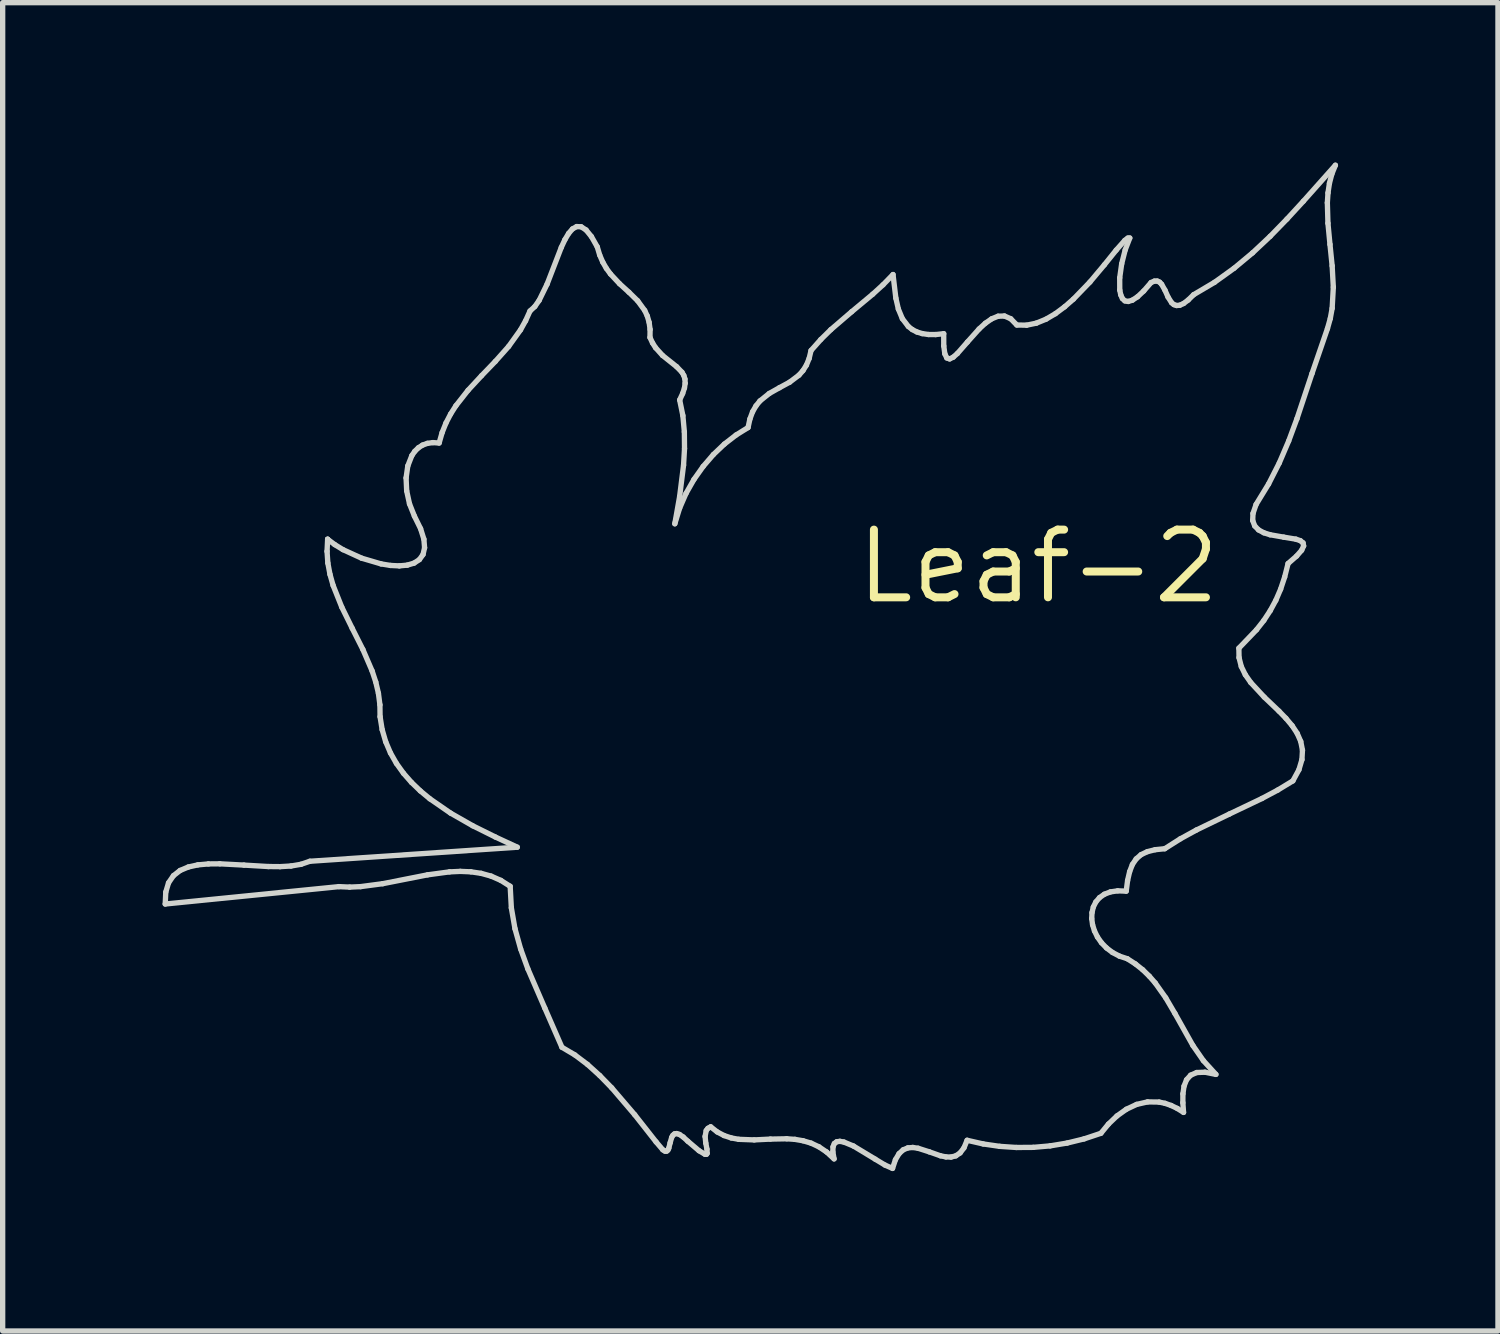
<source format=kicad_pcb>
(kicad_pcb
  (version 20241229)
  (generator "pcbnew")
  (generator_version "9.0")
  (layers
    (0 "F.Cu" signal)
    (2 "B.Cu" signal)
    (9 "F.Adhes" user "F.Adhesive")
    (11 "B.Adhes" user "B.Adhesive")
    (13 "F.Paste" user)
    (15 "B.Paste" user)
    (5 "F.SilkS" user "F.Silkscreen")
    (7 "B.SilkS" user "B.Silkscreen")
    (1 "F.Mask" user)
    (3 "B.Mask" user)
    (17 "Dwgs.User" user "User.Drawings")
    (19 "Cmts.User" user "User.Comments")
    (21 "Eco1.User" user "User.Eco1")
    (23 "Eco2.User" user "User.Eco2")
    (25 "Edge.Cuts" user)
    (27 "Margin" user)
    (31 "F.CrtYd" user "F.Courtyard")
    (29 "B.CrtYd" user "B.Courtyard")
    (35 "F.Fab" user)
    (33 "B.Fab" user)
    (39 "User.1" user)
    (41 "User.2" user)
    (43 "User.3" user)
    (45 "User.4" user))
  (footprint "Leaf-2"
    (layer "F.Cu")
    (at 16.431 7.577)
    (property "Reference" "Leaf-2" (at 0 0 0) (layer "F.SilkS") (effects (font (size 1.27 1.27) (thickness 0.15))))
    (attr through_hole)
    (fp_line (start -16.381 6.334) (end -16.371 6.112) (stroke (width 0.1) (type solid)) (layer "Edge.Cuts"))
    (fp_line (start -16.371 6.112) (end -16.319 5.937) (stroke (width 0.1) (type solid)) (layer "Edge.Cuts"))
    (fp_line (start -16.319 5.937) (end -16.227 5.803) (stroke (width 0.1) (type solid)) (layer "Edge.Cuts"))
    (fp_line (start -16.227 5.803) (end -16.102 5.705) (stroke (width 0.1) (type solid)) (layer "Edge.Cuts"))
    (fp_line (start -16.102 5.705) (end -15.948 5.64) (stroke (width 0.1) (type solid)) (layer "Edge.Cuts"))
    (fp_line (start -15.948 5.64) (end -15.769 5.6) (stroke (width 0.1) (type solid)) (layer "Edge.Cuts"))
    (fp_line (start -15.769 5.6) (end -15.571 5.582) (stroke (width 0.1) (type solid)) (layer "Edge.Cuts"))
    (fp_line (start -15.571 5.582) (end -15.357 5.58) (stroke (width 0.1) (type solid)) (layer "Edge.Cuts"))
    (fp_line (start -15.357 5.58) (end -14.904 5.604) (stroke (width 0.1) (type solid)) (layer "Edge.Cuts"))
    (fp_line (start -14.904 5.604) (end -14.446 5.631) (stroke (width 0.1) (type solid)) (layer "Edge.Cuts"))
    (fp_line (start -14.446 5.631) (end -14.227 5.633) (stroke (width 0.1) (type solid)) (layer "Edge.Cuts"))
    (fp_line (start -14.227 5.633) (end -14.021 5.621) (stroke (width 0.1) (type solid)) (layer "Edge.Cuts"))
    (fp_line (start -14.021 5.621) (end -13.833 5.589) (stroke (width 0.1) (type solid)) (layer "Edge.Cuts"))
    (fp_line (start -13.833 5.589) (end -13.667 5.532) (stroke (width 0.1) (type solid)) (layer "Edge.Cuts"))
    (fp_line (start -13.667 5.532) (end -9.776 5.268) (stroke (width 0.1) (type solid)) (layer "Edge.Cuts"))
    (fp_line (start -13.345 -0.283) (end -13.334 -0.509) (stroke (width 0.1) (type solid)) (layer "Edge.Cuts"))
    (fp_line (start -13.334 -0.509) (end -13.334 -0.509) (stroke (width 0.1) (type solid)) (layer "Edge.Cuts"))
    (fp_line (start -13.334 -0.509) (end -13.2 -0.409) (stroke (width 0.1) (type solid)) (layer "Edge.Cuts"))
    (fp_line (start -13.334 -0.509) (end -13.334 -0.509) (stroke (width 0.1) (type solid)) (layer "Edge.Cuts"))
    (fp_line (start -13.33 -0.064) (end -13.345 -0.283) (stroke (width 0.1) (type solid)) (layer "Edge.Cuts"))
    (fp_line (start -13.29 0.149) (end -13.33 -0.064) (stroke (width 0.1) (type solid)) (layer "Edge.Cuts"))
    (fp_line (start -13.231 0.357) (end -13.29 0.149) (stroke (width 0.1) (type solid)) (layer "Edge.Cuts"))
    (fp_line (start -13.2 -0.409) (end -13.047 -0.315) (stroke (width 0.1) (type solid)) (layer "Edge.Cuts"))
    (fp_line (start -13.122 6.008) (end -16.381 6.334) (stroke (width 0.1) (type solid)) (layer "Edge.Cuts"))
    (fp_line (start -13.069 0.763) (end -13.231 0.357) (stroke (width 0.1) (type solid)) (layer "Edge.Cuts"))
    (fp_line (start -13.047 -0.315) (end -12.698 -0.155) (stroke (width 0.1) (type solid)) (layer "Edge.Cuts"))
    (fp_line (start -12.921 6.017) (end -13.122 6.008) (stroke (width 0.1) (type solid)) (layer "Edge.Cuts"))
    (fp_line (start -12.873 1.161) (end -13.069 0.763) (stroke (width 0.1) (type solid)) (layer "Edge.Cuts"))
    (fp_line (start -12.717 6.008) (end -12.921 6.017) (stroke (width 0.1) (type solid)) (layer "Edge.Cuts"))
    (fp_line (start -12.698 -0.155) (end -12.331 -0.047) (stroke (width 0.1) (type solid)) (layer "Edge.Cuts"))
    (fp_line (start -12.673 1.558) (end -12.873 1.161) (stroke (width 0.1) (type solid)) (layer "Edge.Cuts"))
    (fp_line (start -12.499 1.962) (end -12.673 1.558) (stroke (width 0.1) (type solid)) (layer "Edge.Cuts"))
    (fp_line (start -12.431 2.169) (end -12.499 1.962) (stroke (width 0.1) (type solid)) (layer "Edge.Cuts"))
    (fp_line (start -12.381 2.38) (end -12.431 2.169) (stroke (width 0.1) (type solid)) (layer "Edge.Cuts"))
    (fp_line (start -12.353 2.597) (end -12.381 2.38) (stroke (width 0.1) (type solid)) (layer "Edge.Cuts"))
    (fp_line (start -12.35 2.82) (end -12.353 2.597) (stroke (width 0.1) (type solid)) (layer "Edge.Cuts"))
    (fp_line (start -12.331 -0.047) (end -12.154 -0.018) (stroke (width 0.1) (type solid)) (layer "Edge.Cuts"))
    (fp_line (start -12.311 3.062) (end -12.35 2.82) (stroke (width 0.1) (type solid)) (layer "Edge.Cuts"))
    (fp_line (start -12.301 5.953) (end -12.717 6.008) (stroke (width 0.1) (type solid)) (layer "Edge.Cuts"))
    (fp_line (start -12.245 3.289) (end -12.311 3.062) (stroke (width 0.1) (type solid)) (layer "Edge.Cuts"))
    (fp_line (start -12.155 3.5) (end -12.245 3.289) (stroke (width 0.1) (type solid)) (layer "Edge.Cuts"))
    (fp_line (start -12.154 -0.018) (end -11.988 -0.01) (stroke (width 0.1) (type solid)) (layer "Edge.Cuts"))
    (fp_line (start -12.043 3.697) (end -12.155 3.5) (stroke (width 0.1) (type solid)) (layer "Edge.Cuts"))
    (fp_line (start -11.988 -0.01) (end -11.839 -0.024) (stroke (width 0.1) (type solid)) (layer "Edge.Cuts"))
    (fp_line (start -11.911 3.881) (end -12.043 3.697) (stroke (width 0.1) (type solid)) (layer "Edge.Cuts"))
    (fp_line (start -11.862 -1.66) (end -11.83 -1.885) (stroke (width 0.1) (type solid)) (layer "Edge.Cuts"))
    (fp_line (start -11.851 -1.418) (end -11.862 -1.66) (stroke (width 0.1) (type solid)) (layer "Edge.Cuts"))
    (fp_line (start -11.839 -0.024) (end -11.712 -0.062) (stroke (width 0.1) (type solid)) (layer "Edge.Cuts"))
    (fp_line (start -11.83 -1.885) (end -11.754 -2.079) (stroke (width 0.1) (type solid)) (layer "Edge.Cuts"))
    (fp_line (start -11.798 -1.174) (end -11.851 -1.418) (stroke (width 0.1) (type solid)) (layer "Edge.Cuts"))
    (fp_line (start -11.761 4.052) (end -11.911 3.881) (stroke (width 0.1) (type solid)) (layer "Edge.Cuts"))
    (fp_line (start -11.754 -2.079) (end -11.699 -2.159) (stroke (width 0.1) (type solid)) (layer "Edge.Cuts"))
    (fp_line (start -11.712 -0.062) (end -11.612 -0.128) (stroke (width 0.1) (type solid)) (layer "Edge.Cuts"))
    (fp_line (start -11.706 -0.944) (end -11.798 -1.174) (stroke (width 0.1) (type solid)) (layer "Edge.Cuts"))
    (fp_line (start -11.699 -2.159) (end -11.632 -2.225) (stroke (width 0.1) (type solid)) (layer "Edge.Cuts"))
    (fp_line (start -11.632 -2.225) (end -11.553 -2.276) (stroke (width 0.1) (type solid)) (layer "Edge.Cuts"))
    (fp_line (start -11.612 -0.128) (end -11.544 -0.223) (stroke (width 0.1) (type solid)) (layer "Edge.Cuts"))
    (fp_line (start -11.595 4.212) (end -11.761 4.052) (stroke (width 0.1) (type solid)) (layer "Edge.Cuts"))
    (fp_line (start -11.59 -0.708) (end -11.706 -0.944) (stroke (width 0.1) (type solid)) (layer "Edge.Cuts"))
    (fp_line (start -11.553 -2.276) (end -11.461 -2.309) (stroke (width 0.1) (type solid)) (layer "Edge.Cuts"))
    (fp_line (start -11.544 -0.223) (end -11.515 -0.35) (stroke (width 0.1) (type solid)) (layer "Edge.Cuts"))
    (fp_line (start -11.528 -0.511) (end -11.59 -0.708) (stroke (width 0.1) (type solid)) (layer "Edge.Cuts"))
    (fp_line (start -11.515 -0.35) (end -11.528 -0.511) (stroke (width 0.1) (type solid)) (layer "Edge.Cuts"))
    (fp_line (start -11.461 -2.309) (end -11.358 -2.323) (stroke (width 0.1) (type solid)) (layer "Edge.Cuts"))
    (fp_line (start -11.46 5.787) (end -12.301 5.953) (stroke (width 0.1) (type solid)) (layer "Edge.Cuts"))
    (fp_line (start -11.416 4.36) (end -11.595 4.212) (stroke (width 0.1) (type solid)) (layer "Edge.Cuts"))
    (fp_line (start -11.358 -2.323) (end -11.242 -2.315) (stroke (width 0.1) (type solid)) (layer "Edge.Cuts"))
    (fp_line (start -11.242 -2.315) (end -11.186 -2.51) (stroke (width 0.1) (type solid)) (layer "Edge.Cuts"))
    (fp_line (start -11.186 -2.51) (end -11.114 -2.69) (stroke (width 0.1) (type solid)) (layer "Edge.Cuts"))
    (fp_line (start -11.114 -2.69) (end -11.027 -2.858) (stroke (width 0.1) (type solid)) (layer "Edge.Cuts"))
    (fp_line (start -11.047 5.731) (end -11.46 5.787) (stroke (width 0.1) (type solid)) (layer "Edge.Cuts"))
    (fp_line (start -11.027 4.629) (end -11.416 4.36) (stroke (width 0.1) (type solid)) (layer "Edge.Cuts"))
    (fp_line (start -11.027 -2.858) (end -10.927 -3.015) (stroke (width 0.1) (type solid)) (layer "Edge.Cuts"))
    (fp_line (start -10.927 -3.015) (end -10.699 -3.305) (stroke (width 0.1) (type solid)) (layer "Edge.Cuts"))
    (fp_line (start -10.845 5.722) (end -11.047 5.731) (stroke (width 0.1) (type solid)) (layer "Edge.Cuts"))
    (fp_line (start -10.699 -3.305) (end -10.447 -3.577) (stroke (width 0.1) (type solid)) (layer "Edge.Cuts"))
    (fp_line (start -10.647 5.73) (end -10.845 5.722) (stroke (width 0.1) (type solid)) (layer "Edge.Cuts"))
    (fp_line (start -10.612 4.866) (end -11.027 4.629) (stroke (width 0.1) (type solid)) (layer "Edge.Cuts"))
    (fp_line (start -10.453 5.759) (end -10.647 5.73) (stroke (width 0.1) (type solid)) (layer "Edge.Cuts"))
    (fp_line (start -10.447 -3.577) (end -10.188 -3.846) (stroke (width 0.1) (type solid)) (layer "Edge.Cuts"))
    (fp_line (start -10.266 5.811) (end -10.453 5.759) (stroke (width 0.1) (type solid)) (layer "Edge.Cuts"))
    (fp_line (start -10.189 5.076) (end -10.612 4.866) (stroke (width 0.1) (type solid)) (layer "Edge.Cuts"))
    (fp_line (start -10.188 -3.846) (end -9.938 -4.127) (stroke (width 0.1) (type solid)) (layer "Edge.Cuts"))
    (fp_line (start -10.084 5.891) (end -10.266 5.811) (stroke (width 0.1) (type solid)) (layer "Edge.Cuts"))
    (fp_line (start -9.938 -4.127) (end -9.715 -4.438) (stroke (width 0.1) (type solid)) (layer "Edge.Cuts"))
    (fp_line (start -9.909 6.002) (end -10.084 5.891) (stroke (width 0.1) (type solid)) (layer "Edge.Cuts"))
    (fp_line (start -9.887 6.406) (end -9.909 6.002) (stroke (width 0.1) (type solid)) (layer "Edge.Cuts"))
    (fp_line (start -9.819 6.797) (end -9.887 6.406) (stroke (width 0.1) (type solid)) (layer "Edge.Cuts"))
    (fp_line (start -9.776 5.268) (end -10.189 5.076) (stroke (width 0.1) (type solid)) (layer "Edge.Cuts"))
    (fp_line (start -9.715 -4.438) (end -9.62 -4.608) (stroke (width 0.1) (type solid)) (layer "Edge.Cuts"))
    (fp_line (start -9.713 7.177) (end -9.819 6.797) (stroke (width 0.1) (type solid)) (layer "Edge.Cuts"))
    (fp_line (start -9.62 -4.608) (end -9.537 -4.792) (stroke (width 0.1) (type solid)) (layer "Edge.Cuts"))
    (fp_line (start -9.578 7.55) (end -9.713 7.177) (stroke (width 0.1) (type solid)) (layer "Edge.Cuts"))
    (fp_line (start -9.537 -4.792) (end -9.447 -4.875) (stroke (width 0.1) (type solid)) (layer "Edge.Cuts"))
    (fp_line (start -9.447 -4.875) (end -9.365 -4.992) (stroke (width 0.1) (type solid)) (layer "Edge.Cuts"))
    (fp_line (start -9.365 -4.992) (end -9.216 -5.297) (stroke (width 0.1) (type solid)) (layer "Edge.Cuts"))
    (fp_line (start -9.26 8.285) (end -9.578 7.55) (stroke (width 0.1) (type solid)) (layer "Edge.Cuts"))
    (fp_line (start -9.216 -5.297) (end -8.95 -5.985) (stroke (width 0.1) (type solid)) (layer "Edge.Cuts"))
    (fp_line (start -8.95 -5.985) (end -8.883 -6.129) (stroke (width 0.1) (type solid)) (layer "Edge.Cuts"))
    (fp_line (start -8.938 9.022) (end -9.26 8.285) (stroke (width 0.1) (type solid)) (layer "Edge.Cuts"))
    (fp_line (start -8.883 -6.129) (end -8.813 -6.247) (stroke (width 0.1) (type solid)) (layer "Edge.Cuts"))
    (fp_line (start -8.813 -6.247) (end -8.74 -6.332) (stroke (width 0.1) (type solid)) (layer "Edge.Cuts"))
    (fp_line (start -8.74 -6.332) (end -8.661 -6.376) (stroke (width 0.1) (type solid)) (layer "Edge.Cuts"))
    (fp_line (start -8.696 9.165) (end -8.938 9.022) (stroke (width 0.1) (type solid)) (layer "Edge.Cuts"))
    (fp_line (start -8.661 -6.376) (end -8.577 -6.372) (stroke (width 0.1) (type solid)) (layer "Edge.Cuts"))
    (fp_line (start -8.577 -6.372) (end -8.485 -6.312) (stroke (width 0.1) (type solid)) (layer "Edge.Cuts"))
    (fp_line (start -8.485 -6.312) (end -8.385 -6.189) (stroke (width 0.1) (type solid)) (layer "Edge.Cuts"))
    (fp_line (start -8.459 9.344) (end -8.696 9.165) (stroke (width 0.1) (type solid)) (layer "Edge.Cuts"))
    (fp_line (start -8.385 -6.189) (end -8.275 -5.995) (stroke (width 0.1) (type solid)) (layer "Edge.Cuts"))
    (fp_line (start -8.275 -5.995) (end -8.23 -5.843) (stroke (width 0.1) (type solid)) (layer "Edge.Cuts"))
    (fp_line (start -8.23 -5.843) (end -8.172 -5.709) (stroke (width 0.1) (type solid)) (layer "Edge.Cuts"))
    (fp_line (start -8.228 9.553) (end -8.459 9.344) (stroke (width 0.1) (type solid)) (layer "Edge.Cuts"))
    (fp_line (start -8.172 -5.709) (end -8.104 -5.591) (stroke (width 0.1) (type solid)) (layer "Edge.Cuts"))
    (fp_line (start -8.104 -5.591) (end -8.027 -5.486) (stroke (width 0.1) (type solid)) (layer "Edge.Cuts"))
    (fp_line (start -8.027 -5.486) (end -7.857 -5.304) (stroke (width 0.1) (type solid)) (layer "Edge.Cuts"))
    (fp_line (start -8.003 9.784) (end -8.228 9.553) (stroke (width 0.1) (type solid)) (layer "Edge.Cuts"))
    (fp_line (start -7.857 -5.304) (end -7.681 -5.144) (stroke (width 0.1) (type solid)) (layer "Edge.Cuts"))
    (fp_line (start -7.681 -5.144) (end -7.517 -4.983) (stroke (width 0.1) (type solid)) (layer "Edge.Cuts"))
    (fp_line (start -7.573 10.287) (end -8.003 9.784) (stroke (width 0.1) (type solid)) (layer "Edge.Cuts"))
    (fp_line (start -7.517 -4.983) (end -7.385 -4.802) (stroke (width 0.1) (type solid)) (layer "Edge.Cuts"))
    (fp_line (start -7.385 -4.802) (end -7.336 -4.697) (stroke (width 0.1) (type solid)) (layer "Edge.Cuts"))
    (fp_line (start -7.336 -4.697) (end -7.302 -4.579) (stroke (width 0.1) (type solid)) (layer "Edge.Cuts"))
    (fp_line (start -7.302 -4.579) (end -7.284 -4.446) (stroke (width 0.1) (type solid)) (layer "Edge.Cuts"))
    (fp_line (start -7.286 -4.295) (end -7.238 -4.192) (stroke (width 0.1) (type solid)) (layer "Edge.Cuts"))
    (fp_line (start -7.284 -4.446) (end -7.286 -4.295) (stroke (width 0.1) (type solid)) (layer "Edge.Cuts"))
    (fp_line (start -7.238 -4.192) (end -7.181 -4.103) (stroke (width 0.1) (type solid)) (layer "Edge.Cuts"))
    (fp_line (start -7.181 -4.103) (end -7.051 -3.959) (stroke (width 0.1) (type solid)) (layer "Edge.Cuts"))
    (fp_line (start -7.172 10.797) (end -7.573 10.287) (stroke (width 0.1) (type solid)) (layer "Edge.Cuts"))
    (fp_line (start -7.051 -3.959) (end -6.785 -3.746) (stroke (width 0.1) (type solid)) (layer "Edge.Cuts"))
    (fp_line (start -7.046 10.945) (end -7.172 10.797) (stroke (width 0.1) (type solid)) (layer "Edge.Cuts"))
    (fp_line (start -7.004 10.971) (end -7.046 10.945) (stroke (width 0.1) (type solid)) (layer "Edge.Cuts"))
    (fp_line (start -6.973 10.971) (end -7.004 10.971) (stroke (width 0.1) (type solid)) (layer "Edge.Cuts"))
    (fp_line (start -6.95 10.951) (end -6.973 10.971) (stroke (width 0.1) (type solid)) (layer "Edge.Cuts"))
    (fp_line (start -6.933 10.915) (end -6.95 10.951) (stroke (width 0.1) (type solid)) (layer "Edge.Cuts"))
    (fp_line (start -6.908 10.815) (end -6.933 10.915) (stroke (width 0.1) (type solid)) (layer "Edge.Cuts"))
    (fp_line (start -6.879 10.713) (end -6.908 10.815) (stroke (width 0.1) (type solid)) (layer "Edge.Cuts"))
    (fp_line (start -6.856 10.673) (end -6.879 10.713) (stroke (width 0.1) (type solid)) (layer "Edge.Cuts"))
    (fp_line (start -6.826 10.647) (end -6.856 10.673) (stroke (width 0.1) (type solid)) (layer "Edge.Cuts"))
    (fp_line (start -6.82 -0.8) (end -6.73 -1.092) (stroke (width 0.1) (type solid)) (layer "Edge.Cuts"))
    (fp_line (start -6.785 10.641) (end -6.826 10.647) (stroke (width 0.1) (type solid)) (layer "Edge.Cuts"))
    (fp_line (start -6.785 -3.746) (end -6.685 -3.642) (stroke (width 0.1) (type solid)) (layer "Edge.Cuts"))
    (fp_line (start -6.732 10.658) (end -6.785 10.641) (stroke (width 0.1) (type solid)) (layer "Edge.Cuts"))
    (fp_line (start -6.73 -1.092) (end -6.609 -1.371) (stroke (width 0.1) (type solid)) (layer "Edge.Cuts"))
    (fp_line (start -6.73 -1.309) (end -6.82 -0.8) (stroke (width 0.1) (type solid)) (layer "Edge.Cuts"))
    (fp_line (start -6.729 -3.123) (end -6.669 -2.829) (stroke (width 0.1) (type solid)) (layer "Edge.Cuts"))
    (fp_line (start -6.685 -3.642) (end -6.651 -3.582) (stroke (width 0.1) (type solid)) (layer "Edge.Cuts"))
    (fp_line (start -6.673 -3.244) (end -6.729 -3.123) (stroke (width 0.1) (type solid)) (layer "Edge.Cuts"))
    (fp_line (start -6.669 -2.829) (end -6.641 -2.523) (stroke (width 0.1) (type solid)) (layer "Edge.Cuts"))
    (fp_line (start -6.663 10.705) (end -6.732 10.658) (stroke (width 0.1) (type solid)) (layer "Edge.Cuts"))
    (fp_line (start -6.656 -1.9) (end -6.73 -1.309) (stroke (width 0.1) (type solid)) (layer "Edge.Cuts"))
    (fp_line (start -6.651 -3.582) (end -6.63 -3.515) (stroke (width 0.1) (type solid)) (layer "Edge.Cuts"))
    (fp_line (start -6.641 -2.523) (end -6.638 -2.211) (stroke (width 0.1) (type solid)) (layer "Edge.Cuts"))
    (fp_line (start -6.639 -3.348) (end -6.673 -3.244) (stroke (width 0.1) (type solid)) (layer "Edge.Cuts"))
    (fp_line (start -6.638 -2.211) (end -6.656 -1.9) (stroke (width 0.1) (type solid)) (layer "Edge.Cuts"))
    (fp_line (start -6.63 -3.515) (end -6.626 -3.437) (stroke (width 0.1) (type solid)) (layer "Edge.Cuts"))
    (fp_line (start -6.626 -3.437) (end -6.639 -3.348) (stroke (width 0.1) (type solid)) (layer "Edge.Cuts"))
    (fp_line (start -6.609 -1.371) (end -6.46 -1.633) (stroke (width 0.1) (type solid)) (layer "Edge.Cuts"))
    (fp_line (start -6.576 10.785) (end -6.663 10.705) (stroke (width 0.1) (type solid)) (layer "Edge.Cuts"))
    (fp_line (start -6.46 -1.633) (end -6.288 -1.876) (stroke (width 0.1) (type solid)) (layer "Edge.Cuts"))
    (fp_line (start -6.366 10.963) (end -6.576 10.785) (stroke (width 0.1) (type solid)) (layer "Edge.Cuts"))
    (fp_line (start -6.288 -1.876) (end -6.097 -2.098) (stroke (width 0.1) (type solid)) (layer "Edge.Cuts"))
    (fp_line (start -6.254 11.03) (end -6.366 10.963) (stroke (width 0.1) (type solid)) (layer "Edge.Cuts"))
    (fp_line (start -6.252 10.696) (end -6.239 10.82) (stroke (width 0.1) (type solid)) (layer "Edge.Cuts"))
    (fp_line (start -6.239 10.82) (end -6.217 10.934) (stroke (width 0.1) (type solid)) (layer "Edge.Cuts"))
    (fp_line (start -6.231 10.585) (end -6.252 10.696) (stroke (width 0.1) (type solid)) (layer "Edge.Cuts"))
    (fp_line (start -6.226 11.03) (end -6.254 11.03) (stroke (width 0.1) (type solid)) (layer "Edge.Cuts"))
    (fp_line (start -6.217 10.934) (end -6.213 11.012) (stroke (width 0.1) (type solid)) (layer "Edge.Cuts"))
    (fp_line (start -6.213 11.012) (end -6.226 11.03) (stroke (width 0.1) (type solid)) (layer "Edge.Cuts"))
    (fp_line (start -6.199 10.543) (end -6.231 10.585) (stroke (width 0.1) (type solid)) (layer "Edge.Cuts"))
    (fp_line (start -6.147 10.514) (end -6.199 10.543) (stroke (width 0.1) (type solid)) (layer "Edge.Cuts"))
    (fp_line (start -6.097 -2.098) (end -5.89 -2.295) (stroke (width 0.1) (type solid)) (layer "Edge.Cuts"))
    (fp_line (start -6.025 10.61) (end -6.147 10.514) (stroke (width 0.1) (type solid)) (layer "Edge.Cuts"))
    (fp_line (start -5.897 10.678) (end -6.025 10.61) (stroke (width 0.1) (type solid)) (layer "Edge.Cuts"))
    (fp_line (start -5.89 -2.295) (end -5.671 -2.465) (stroke (width 0.1) (type solid)) (layer "Edge.Cuts"))
    (fp_line (start -5.762 10.723) (end -5.897 10.678) (stroke (width 0.1) (type solid)) (layer "Edge.Cuts"))
    (fp_line (start -5.671 -2.465) (end -5.446 -2.605) (stroke (width 0.1) (type solid)) (layer "Edge.Cuts"))
    (fp_line (start -5.622 10.749) (end -5.762 10.723) (stroke (width 0.1) (type solid)) (layer "Edge.Cuts"))
    (fp_line (start -5.446 -2.605) (end -5.411 -2.766) (stroke (width 0.1) (type solid)) (layer "Edge.Cuts"))
    (fp_line (start -5.411 -2.766) (end -5.361 -2.901) (stroke (width 0.1) (type solid)) (layer "Edge.Cuts"))
    (fp_line (start -5.361 -2.901) (end -5.297 -3.012) (stroke (width 0.1) (type solid)) (layer "Edge.Cuts"))
    (fp_line (start -5.33 10.76) (end -5.622 10.749) (stroke (width 0.1) (type solid)) (layer "Edge.Cuts"))
    (fp_line (start -5.297 -3.012) (end -5.223 -3.104) (stroke (width 0.1) (type solid)) (layer "Edge.Cuts"))
    (fp_line (start -5.223 -3.104) (end -5.049 -3.244) (stroke (width 0.1) (type solid)) (layer "Edge.Cuts"))
    (fp_line (start -5.049 -3.244) (end -4.858 -3.352) (stroke (width 0.1) (type solid)) (layer "Edge.Cuts"))
    (fp_line (start -5.027 10.745) (end -5.33 10.76) (stroke (width 0.1) (type solid)) (layer "Edge.Cuts"))
    (fp_line (start -4.858 -3.352) (end -4.666 -3.456) (stroke (width 0.1) (type solid)) (layer "Edge.Cuts"))
    (fp_line (start -4.72 10.739) (end -5.027 10.745) (stroke (width 0.1) (type solid)) (layer "Edge.Cuts"))
    (fp_line (start -4.666 -3.456) (end -4.491 -3.588) (stroke (width 0.1) (type solid)) (layer "Edge.Cuts"))
    (fp_line (start -4.566 10.75) (end -4.72 10.739) (stroke (width 0.1) (type solid)) (layer "Edge.Cuts"))
    (fp_line (start -4.491 -3.588) (end -4.416 -3.673) (stroke (width 0.1) (type solid)) (layer "Edge.Cuts"))
    (fp_line (start -4.416 -3.673) (end -4.351 -3.776) (stroke (width 0.1) (type solid)) (layer "Edge.Cuts"))
    (fp_line (start -4.414 10.776) (end -4.566 10.75) (stroke (width 0.1) (type solid)) (layer "Edge.Cuts"))
    (fp_line (start -4.351 -3.776) (end -4.3 -3.901) (stroke (width 0.1) (type solid)) (layer "Edge.Cuts"))
    (fp_line (start -4.3 -3.901) (end -4.264 -4.051) (stroke (width 0.1) (type solid)) (layer "Edge.Cuts"))
    (fp_line (start -4.264 -4.051) (end -4.081 -4.257) (stroke (width 0.1) (type solid)) (layer "Edge.Cuts"))
    (fp_line (start -4.263 10.821) (end -4.414 10.776) (stroke (width 0.1) (type solid)) (layer "Edge.Cuts"))
    (fp_line (start -4.116 10.89) (end -4.263 10.821) (stroke (width 0.1) (type solid)) (layer "Edge.Cuts"))
    (fp_line (start -4.081 -4.257) (end -3.892 -4.443) (stroke (width 0.1) (type solid)) (layer "Edge.Cuts"))
    (fp_line (start -3.972 10.987) (end -4.116 10.89) (stroke (width 0.1) (type solid)) (layer "Edge.Cuts"))
    (fp_line (start -3.892 -4.443) (end -3.501 -4.779) (stroke (width 0.1) (type solid)) (layer "Edge.Cuts"))
    (fp_line (start -3.855 10.985) (end -3.832 11.116) (stroke (width 0.1) (type solid)) (layer "Edge.Cuts"))
    (fp_line (start -3.852 10.891) (end -3.855 10.985) (stroke (width 0.1) (type solid)) (layer "Edge.Cuts"))
    (fp_line (start -3.832 11.116) (end -3.972 10.987) (stroke (width 0.1) (type solid)) (layer "Edge.Cuts"))
    (fp_line (start -3.827 10.828) (end -3.852 10.891) (stroke (width 0.1) (type solid)) (layer "Edge.Cuts"))
    (fp_line (start -3.783 10.795) (end -3.827 10.828) (stroke (width 0.1) (type solid)) (layer "Edge.Cuts"))
    (fp_line (start -3.723 10.787) (end -3.783 10.795) (stroke (width 0.1) (type solid)) (layer "Edge.Cuts"))
    (fp_line (start -3.648 10.8) (end -3.723 10.787) (stroke (width 0.1) (type solid)) (layer "Edge.Cuts"))
    (fp_line (start -3.501 -4.779) (end -3.107 -5.107) (stroke (width 0.1) (type solid)) (layer "Edge.Cuts"))
    (fp_line (start -3.468 10.875) (end -3.648 10.8) (stroke (width 0.1) (type solid)) (layer "Edge.Cuts"))
    (fp_line (start -3.107 -5.107) (end -2.914 -5.283) (stroke (width 0.1) (type solid)) (layer "Edge.Cuts"))
    (fp_line (start -3.061 11.121) (end -3.468 10.875) (stroke (width 0.1) (type solid)) (layer "Edge.Cuts"))
    (fp_line (start -2.914 -5.283) (end -2.726 -5.476) (stroke (width 0.1) (type solid)) (layer "Edge.Cuts"))
    (fp_line (start -2.877 11.232) (end -3.061 11.121) (stroke (width 0.1) (type solid)) (layer "Edge.Cuts"))
    (fp_line (start -2.735 11.295) (end -2.877 11.232) (stroke (width 0.1) (type solid)) (layer "Edge.Cuts"))
    (fp_line (start -2.726 -5.476) (end -2.673 -5.034) (stroke (width 0.1) (type solid)) (layer "Edge.Cuts"))
    (fp_line (start -2.681 11.132) (end -2.735 11.295) (stroke (width 0.1) (type solid)) (layer "Edge.Cuts"))
    (fp_line (start -2.673 -5.034) (end -2.626 -4.829) (stroke (width 0.1) (type solid)) (layer "Edge.Cuts"))
    (fp_line (start -2.626 -4.829) (end -2.551 -4.648) (stroke (width 0.1) (type solid)) (layer "Edge.Cuts"))
    (fp_line (start -2.613 11.018) (end -2.681 11.132) (stroke (width 0.1) (type solid)) (layer "Edge.Cuts"))
    (fp_line (start -2.551 -4.648) (end -2.439 -4.502) (stroke (width 0.1) (type solid)) (layer "Edge.Cuts"))
    (fp_line (start -2.535 10.946) (end -2.613 11.018) (stroke (width 0.1) (type solid)) (layer "Edge.Cuts"))
    (fp_line (start -2.448 10.91) (end -2.535 10.946) (stroke (width 0.1) (type solid)) (layer "Edge.Cuts"))
    (fp_line (start -2.439 -4.502) (end -2.365 -4.444) (stroke (width 0.1) (type solid)) (layer "Edge.Cuts"))
    (fp_line (start -2.365 -4.444) (end -2.279 -4.399) (stroke (width 0.1) (type solid)) (layer "Edge.Cuts"))
    (fp_line (start -2.354 10.902) (end -2.448 10.91) (stroke (width 0.1) (type solid)) (layer "Edge.Cuts"))
    (fp_line (start -2.279 -4.399) (end -2.178 -4.368) (stroke (width 0.1) (type solid)) (layer "Edge.Cuts"))
    (fp_line (start -2.255 10.917) (end -2.354 10.902) (stroke (width 0.1) (type solid)) (layer "Edge.Cuts"))
    (fp_line (start -2.178 -4.368) (end -2.061 -4.351) (stroke (width 0.1) (type solid)) (layer "Edge.Cuts"))
    (fp_line (start -2.061 -4.351) (end -1.927 -4.35) (stroke (width 0.1) (type solid)) (layer "Edge.Cuts"))
    (fp_line (start -2.046 10.984) (end -2.255 10.917) (stroke (width 0.1) (type solid)) (layer "Edge.Cuts"))
    (fp_line (start -1.927 -4.35) (end -1.775 -4.366) (stroke (width 0.1) (type solid)) (layer "Edge.Cuts"))
    (fp_line (start -1.836 11.058) (end -2.046 10.984) (stroke (width 0.1) (type solid)) (layer "Edge.Cuts"))
    (fp_line (start -1.775 -4.366) (end -1.774 -4.137) (stroke (width 0.1) (type solid)) (layer "Edge.Cuts"))
    (fp_line (start -1.774 -4.137) (end -1.754 -3.989) (stroke (width 0.1) (type solid)) (layer "Edge.Cuts"))
    (fp_line (start -1.754 -3.989) (end -1.717 -3.911) (stroke (width 0.1) (type solid)) (layer "Edge.Cuts"))
    (fp_line (start -1.734 11.079) (end -1.836 11.058) (stroke (width 0.1) (type solid)) (layer "Edge.Cuts"))
    (fp_line (start -1.717 -3.911) (end -1.664 -3.893) (stroke (width 0.1) (type solid)) (layer "Edge.Cuts"))
    (fp_line (start -1.664 -3.893) (end -1.597 -3.925) (stroke (width 0.1) (type solid)) (layer "Edge.Cuts"))
    (fp_line (start -1.638 11.082) (end -1.734 11.079) (stroke (width 0.1) (type solid)) (layer "Edge.Cuts"))
    (fp_line (start -1.597 -3.925) (end -1.518 -3.995) (stroke (width 0.1) (type solid)) (layer "Edge.Cuts"))
    (fp_line (start -1.548 11.059) (end -1.638 11.082) (stroke (width 0.1) (type solid)) (layer "Edge.Cuts"))
    (fp_line (start -1.518 -3.995) (end -1.33 -4.21) (stroke (width 0.1) (type solid)) (layer "Edge.Cuts"))
    (fp_line (start -1.467 11.004) (end -1.548 11.059) (stroke (width 0.1) (type solid)) (layer "Edge.Cuts"))
    (fp_line (start -1.395 10.909) (end -1.467 11.004) (stroke (width 0.1) (type solid)) (layer "Edge.Cuts"))
    (fp_line (start -1.336 10.767) (end -1.395 10.909) (stroke (width 0.1) (type solid)) (layer "Edge.Cuts"))
    (fp_line (start -1.33 -4.21) (end -1.111 -4.455) (stroke (width 0.1) (type solid)) (layer "Edge.Cuts"))
    (fp_line (start -1.111 -4.455) (end -0.994 -4.562) (stroke (width 0.1) (type solid)) (layer "Edge.Cuts"))
    (fp_line (start -1.034 10.836) (end -1.336 10.767) (stroke (width 0.1) (type solid)) (layer "Edge.Cuts"))
    (fp_line (start -0.994 -4.562) (end -0.875 -4.645) (stroke (width 0.1) (type solid)) (layer "Edge.Cuts"))
    (fp_line (start -0.875 -4.645) (end -0.755 -4.694) (stroke (width 0.1) (type solid)) (layer "Edge.Cuts"))
    (fp_line (start -0.755 -4.694) (end -0.635 -4.698) (stroke (width 0.1) (type solid)) (layer "Edge.Cuts"))
    (fp_line (start -0.725 10.881) (end -1.034 10.836) (stroke (width 0.1) (type solid)) (layer "Edge.Cuts"))
    (fp_line (start -0.635 -4.698) (end -0.517 -4.646) (stroke (width 0.1) (type solid)) (layer "Edge.Cuts"))
    (fp_line (start -0.517 -4.646) (end -0.403 -4.529) (stroke (width 0.1) (type solid)) (layer "Edge.Cuts"))
    (fp_line (start -0.412 10.902) (end -0.725 10.881) (stroke (width 0.1) (type solid)) (layer "Edge.Cuts"))
    (fp_line (start -0.403 -4.529) (end -0.219 -4.526) (stroke (width 0.1) (type solid)) (layer "Edge.Cuts"))
    (fp_line (start -0.219 -4.526) (end -0.037 -4.564) (stroke (width 0.1) (type solid)) (layer "Edge.Cuts"))
    (fp_line (start -0.096 10.9) (end -0.412 10.902) (stroke (width 0.1) (type solid)) (layer "Edge.Cuts"))
    (fp_line (start -0.037 -4.564) (end 0.144 -4.638) (stroke (width 0.1) (type solid)) (layer "Edge.Cuts"))
    (fp_line (start 0.144 -4.638) (end 0.321 -4.742) (stroke (width 0.1) (type solid)) (layer "Edge.Cuts"))
    (fp_line (start 0.222 10.872) (end -0.096 10.9) (stroke (width 0.1) (type solid)) (layer "Edge.Cuts"))
    (fp_line (start 0.321 -4.742) (end 0.493 -4.87) (stroke (width 0.1) (type solid)) (layer "Edge.Cuts"))
    (fp_line (start 0.493 -4.87) (end 0.659 -5.015) (stroke (width 0.1) (type solid)) (layer "Edge.Cuts"))
    (fp_line (start 0.541 10.819) (end 0.222 10.872) (stroke (width 0.1) (type solid)) (layer "Edge.Cuts"))
    (fp_line (start 0.659 -5.015) (end 0.969 -5.336) (stroke (width 0.1) (type solid)) (layer "Edge.Cuts"))
    (fp_line (start 0.859 10.741) (end 0.541 10.819) (stroke (width 0.1) (type solid)) (layer "Edge.Cuts"))
    (fp_line (start 0.969 -5.336) (end 1.239 -5.658) (stroke (width 0.1) (type solid)) (layer "Edge.Cuts"))
    (fp_line (start 1.002 6.608) (end 1.018 6.724) (stroke (width 0.1) (type solid)) (layer "Edge.Cuts"))
    (fp_line (start 1.007 6.496) (end 1.002 6.608) (stroke (width 0.1) (type solid)) (layer "Edge.Cuts"))
    (fp_line (start 1.018 6.724) (end 1.054 6.84) (stroke (width 0.1) (type solid)) (layer "Edge.Cuts"))
    (fp_line (start 1.032 6.391) (end 1.007 6.496) (stroke (width 0.1) (type solid)) (layer "Edge.Cuts"))
    (fp_line (start 1.054 6.84) (end 1.11 6.954) (stroke (width 0.1) (type solid)) (layer "Edge.Cuts"))
    (fp_line (start 1.079 6.296) (end 1.032 6.391) (stroke (width 0.1) (type solid)) (layer "Edge.Cuts"))
    (fp_line (start 1.11 6.954) (end 1.185 7.061) (stroke (width 0.1) (type solid)) (layer "Edge.Cuts"))
    (fp_line (start 1.148 6.215) (end 1.079 6.296) (stroke (width 0.1) (type solid)) (layer "Edge.Cuts"))
    (fp_line (start 1.174 10.636) (end 0.859 10.741) (stroke (width 0.1) (type solid)) (layer "Edge.Cuts"))
    (fp_line (start 1.185 7.061) (end 1.279 7.158) (stroke (width 0.1) (type solid)) (layer "Edge.Cuts"))
    (fp_line (start 1.239 6.151) (end 1.148 6.215) (stroke (width 0.1) (type solid)) (layer "Edge.Cuts"))
    (fp_line (start 1.239 -5.658) (end 1.461 -5.934) (stroke (width 0.1) (type solid)) (layer "Edge.Cuts"))
    (fp_line (start 1.279 7.158) (end 1.391 7.243) (stroke (width 0.1) (type solid)) (layer "Edge.Cuts"))
    (fp_line (start 1.315 10.464) (end 1.174 10.636) (stroke (width 0.1) (type solid)) (layer "Edge.Cuts"))
    (fp_line (start 1.353 6.107) (end 1.239 6.151) (stroke (width 0.1) (type solid)) (layer "Edge.Cuts"))
    (fp_line (start 1.391 7.243) (end 1.522 7.312) (stroke (width 0.1) (type solid)) (layer "Edge.Cuts"))
    (fp_line (start 1.461 -5.934) (end 1.623 -6.117) (stroke (width 0.1) (type solid)) (layer "Edge.Cuts"))
    (fp_line (start 1.475 10.311) (end 1.315 10.464) (stroke (width 0.1) (type solid)) (layer "Edge.Cuts"))
    (fp_line (start 1.489 6.087) (end 1.353 6.107) (stroke (width 0.1) (type solid)) (layer "Edge.Cuts"))
    (fp_line (start 1.522 7.312) (end 1.67 7.361) (stroke (width 0.1) (type solid)) (layer "Edge.Cuts"))
    (fp_line (start 1.527 -5.414) (end 1.528 -5.184) (stroke (width 0.1) (type solid)) (layer "Edge.Cuts"))
    (fp_line (start 1.528 -5.184) (end 1.547 -5.094) (stroke (width 0.1) (type solid)) (layer "Edge.Cuts"))
    (fp_line (start 1.547 -5.094) (end 1.578 -5.025) (stroke (width 0.1) (type solid)) (layer "Edge.Cuts"))
    (fp_line (start 1.564 -5.677) (end 1.527 -5.414) (stroke (width 0.1) (type solid)) (layer "Edge.Cuts"))
    (fp_line (start 1.578 -5.025) (end 1.624 -4.982) (stroke (width 0.1) (type solid)) (layer "Edge.Cuts"))
    (fp_line (start 1.623 -6.117) (end 1.679 -6.16) (stroke (width 0.1) (type solid)) (layer "Edge.Cuts"))
    (fp_line (start 1.624 -4.982) (end 1.686 -4.971) (stroke (width 0.1) (type solid)) (layer "Edge.Cuts"))
    (fp_line (start 1.63 -5.938) (end 1.564 -5.677) (stroke (width 0.1) (type solid)) (layer "Edge.Cuts"))
    (fp_line (start 1.649 6.093) (end 1.489 6.087) (stroke (width 0.1) (type solid)) (layer "Edge.Cuts"))
    (fp_line (start 1.652 10.185) (end 1.475 10.311) (stroke (width 0.1) (type solid)) (layer "Edge.Cuts"))
    (fp_line (start 1.67 7.361) (end 1.822 7.459) (stroke (width 0.1) (type solid)) (layer "Edge.Cuts"))
    (fp_line (start 1.675 5.893) (end 1.649 6.093) (stroke (width 0.1) (type solid)) (layer "Edge.Cuts"))
    (fp_line (start 1.679 -6.16) (end 1.716 -6.161) (stroke (width 0.1) (type solid)) (layer "Edge.Cuts"))
    (fp_line (start 1.686 -4.971) (end 1.765 -4.995) (stroke (width 0.1) (type solid)) (layer "Edge.Cuts"))
    (fp_line (start 1.713 5.728) (end 1.675 5.893) (stroke (width 0.1) (type solid)) (layer "Edge.Cuts"))
    (fp_line (start 1.716 -6.161) (end 1.63 -5.938) (stroke (width 0.1) (type solid)) (layer "Edge.Cuts"))
    (fp_line (start 1.765 -4.995) (end 1.862 -5.059) (stroke (width 0.1) (type solid)) (layer "Edge.Cuts"))
    (fp_line (start 1.765 5.593) (end 1.713 5.728) (stroke (width 0.1) (type solid)) (layer "Edge.Cuts"))
    (fp_line (start 1.822 7.459) (end 1.959 7.568) (stroke (width 0.1) (type solid)) (layer "Edge.Cuts"))
    (fp_line (start 1.836 5.488) (end 1.765 5.593) (stroke (width 0.1) (type solid)) (layer "Edge.Cuts"))
    (fp_line (start 1.845 10.094) (end 1.652 10.185) (stroke (width 0.1) (type solid)) (layer "Edge.Cuts"))
    (fp_line (start 1.862 -5.059) (end 1.978 -5.168) (stroke (width 0.1) (type solid)) (layer "Edge.Cuts"))
    (fp_line (start 1.928 5.408) (end 1.836 5.488) (stroke (width 0.1) (type solid)) (layer "Edge.Cuts"))
    (fp_line (start 1.959 7.568) (end 2.082 7.688) (stroke (width 0.1) (type solid)) (layer "Edge.Cuts"))
    (fp_line (start 1.978 -5.168) (end 2.115 -5.326) (stroke (width 0.1) (type solid)) (layer "Edge.Cuts"))
    (fp_line (start 2.046 5.352) (end 1.928 5.408) (stroke (width 0.1) (type solid)) (layer "Edge.Cuts"))
    (fp_line (start 2.05 10.047) (end 1.845 10.094) (stroke (width 0.1) (type solid)) (layer "Edge.Cuts"))
    (fp_line (start 2.082 7.688) (end 2.194 7.816) (stroke (width 0.1) (type solid)) (layer "Edge.Cuts"))
    (fp_line (start 2.115 -5.326) (end 2.178 -5.353) (stroke (width 0.1) (type solid)) (layer "Edge.Cuts"))
    (fp_line (start 2.178 -5.353) (end 2.231 -5.354) (stroke (width 0.1) (type solid)) (layer "Edge.Cuts"))
    (fp_line (start 2.193 5.315) (end 2.046 5.352) (stroke (width 0.1) (type solid)) (layer "Edge.Cuts"))
    (fp_line (start 2.194 7.816) (end 2.39 8.093) (stroke (width 0.1) (type solid)) (layer "Edge.Cuts"))
    (fp_line (start 2.231 -5.354) (end 2.276 -5.333) (stroke (width 0.1) (type solid)) (layer "Edge.Cuts"))
    (fp_line (start 2.266 10.05) (end 2.05 10.047) (stroke (width 0.1) (type solid)) (layer "Edge.Cuts"))
    (fp_line (start 2.276 -5.333) (end 2.313 -5.294) (stroke (width 0.1) (type solid)) (layer "Edge.Cuts"))
    (fp_line (start 2.313 -5.294) (end 2.376 -5.183) (stroke (width 0.1) (type solid)) (layer "Edge.Cuts"))
    (fp_line (start 2.372 5.297) (end 2.193 5.315) (stroke (width 0.1) (type solid)) (layer "Edge.Cuts"))
    (fp_line (start 2.376 -5.183) (end 2.433 -5.055) (stroke (width 0.1) (type solid)) (layer "Edge.Cuts"))
    (fp_line (start 2.378 10.074) (end 2.266 10.05) (stroke (width 0.1) (type solid)) (layer "Edge.Cuts"))
    (fp_line (start 2.39 8.093) (end 2.563 8.388) (stroke (width 0.1) (type solid)) (layer "Edge.Cuts"))
    (fp_line (start 2.433 -5.055) (end 2.501 -4.947) (stroke (width 0.1) (type solid)) (layer "Edge.Cuts"))
    (fp_line (start 2.492 10.114) (end 2.378 10.074) (stroke (width 0.1) (type solid)) (layer "Edge.Cuts"))
    (fp_line (start 2.501 -4.947) (end 2.543 -4.912) (stroke (width 0.1) (type solid)) (layer "Edge.Cuts"))
    (fp_line (start 2.543 -4.912) (end 2.594 -4.895) (stroke (width 0.1) (type solid)) (layer "Edge.Cuts"))
    (fp_line (start 2.563 8.388) (end 2.901 8.99) (stroke (width 0.1) (type solid)) (layer "Edge.Cuts"))
    (fp_line (start 2.594 -4.895) (end 2.654 -4.9) (stroke (width 0.1) (type solid)) (layer "Edge.Cuts"))
    (fp_line (start 2.608 10.17) (end 2.492 10.114) (stroke (width 0.1) (type solid)) (layer "Edge.Cuts"))
    (fp_line (start 2.654 -4.9) (end 2.726 -4.933) (stroke (width 0.1) (type solid)) (layer "Edge.Cuts"))
    (fp_line (start 2.662 5.113) (end 2.372 5.297) (stroke (width 0.1) (type solid)) (layer "Edge.Cuts"))
    (fp_line (start 2.712 10.062) (end 2.725 10.244) (stroke (width 0.1) (type solid)) (layer "Edge.Cuts"))
    (fp_line (start 2.713 9.896) (end 2.712 10.062) (stroke (width 0.1) (type solid)) (layer "Edge.Cuts"))
    (fp_line (start 2.725 10.244) (end 2.608 10.17) (stroke (width 0.1) (type solid)) (layer "Edge.Cuts"))
    (fp_line (start 2.726 -4.933) (end 2.812 -4.998) (stroke (width 0.1) (type solid)) (layer "Edge.Cuts"))
    (fp_line (start 2.734 9.751) (end 2.713 9.896) (stroke (width 0.1) (type solid)) (layer "Edge.Cuts"))
    (fp_line (start 2.781 9.632) (end 2.734 9.751) (stroke (width 0.1) (type solid)) (layer "Edge.Cuts"))
    (fp_line (start 2.812 -4.998) (end 2.914 -5.098) (stroke (width 0.1) (type solid)) (layer "Edge.Cuts"))
    (fp_line (start 2.858 9.546) (end 2.781 9.632) (stroke (width 0.1) (type solid)) (layer "Edge.Cuts"))
    (fp_line (start 2.901 8.99) (end 3.097 9.273) (stroke (width 0.1) (type solid)) (layer "Edge.Cuts"))
    (fp_line (start 2.914 -5.098) (end 3.306 -5.33) (stroke (width 0.1) (type solid)) (layer "Edge.Cuts"))
    (fp_line (start 2.964 4.947) (end 2.662 5.113) (stroke (width 0.1) (type solid)) (layer "Edge.Cuts"))
    (fp_line (start 2.972 9.496) (end 2.858 9.546) (stroke (width 0.1) (type solid)) (layer "Edge.Cuts"))
    (fp_line (start 3.097 9.273) (end 3.332 9.531) (stroke (width 0.1) (type solid)) (layer "Edge.Cuts"))
    (fp_line (start 3.128 9.49) (end 2.972 9.496) (stroke (width 0.1) (type solid)) (layer "Edge.Cuts"))
    (fp_line (start 3.306 -5.33) (end 3.673 -5.594) (stroke (width 0.1) (type solid)) (layer "Edge.Cuts"))
    (fp_line (start 3.332 9.531) (end 3.128 9.49) (stroke (width 0.1) (type solid)) (layer "Edge.Cuts"))
    (fp_line (start 3.583 4.647) (end 2.964 4.947) (stroke (width 0.1) (type solid)) (layer "Edge.Cuts"))
    (fp_line (start 3.673 -5.594) (end 4.02 -5.883) (stroke (width 0.1) (type solid)) (layer "Edge.Cuts"))
    (fp_line (start 3.763 1.534) (end 3.766 1.712) (stroke (width 0.1) (type solid)) (layer "Edge.Cuts"))
    (fp_line (start 3.766 1.712) (end 3.808 1.878) (stroke (width 0.1) (type solid)) (layer "Edge.Cuts"))
    (fp_line (start 3.808 1.878) (end 3.884 2.033) (stroke (width 0.1) (type solid)) (layer "Edge.Cuts"))
    (fp_line (start 3.884 2.033) (end 3.985 2.178) (stroke (width 0.1) (type solid)) (layer "Edge.Cuts"))
    (fp_line (start 3.985 2.178) (end 4.239 2.452) (stroke (width 0.1) (type solid)) (layer "Edge.Cuts"))
    (fp_line (start 4.02 -5.883) (end 4.35 -6.193) (stroke (width 0.1) (type solid)) (layer "Edge.Cuts"))
    (fp_line (start 4.022 -0.862) (end 4.06 -0.76) (stroke (width 0.1) (type solid)) (layer "Edge.Cuts"))
    (fp_line (start 4.028 -0.994) (end 4.022 -0.862) (stroke (width 0.1) (type solid)) (layer "Edge.Cuts"))
    (fp_line (start 4.06 -0.76) (end 4.132 -0.685) (stroke (width 0.1) (type solid)) (layer "Edge.Cuts"))
    (fp_line (start 4.086 -1.163) (end 4.028 -0.994) (stroke (width 0.1) (type solid)) (layer "Edge.Cuts"))
    (fp_line (start 4.094 1.189) (end 3.763 1.534) (stroke (width 0.1) (type solid)) (layer "Edge.Cuts"))
    (fp_line (start 4.132 -0.685) (end 4.231 -0.631) (stroke (width 0.1) (type solid)) (layer "Edge.Cuts"))
    (fp_line (start 4.197 4.354) (end 3.583 4.647) (stroke (width 0.1) (type solid)) (layer "Edge.Cuts"))
    (fp_line (start 4.231 -0.631) (end 4.348 -0.594) (stroke (width 0.1) (type solid)) (layer "Edge.Cuts"))
    (fp_line (start 4.231 1.014) (end 4.094 1.189) (stroke (width 0.1) (type solid)) (layer "Edge.Cuts"))
    (fp_line (start 4.239 2.452) (end 4.516 2.716) (stroke (width 0.1) (type solid)) (layer "Edge.Cuts"))
    (fp_line (start 4.32 -1.546) (end 4.086 -1.163) (stroke (width 0.1) (type solid)) (layer "Edge.Cuts"))
    (fp_line (start 4.348 -0.594) (end 4.604 -0.549) (stroke (width 0.1) (type solid)) (layer "Edge.Cuts"))
    (fp_line (start 4.35 -6.193) (end 4.666 -6.518) (stroke (width 0.1) (type solid)) (layer "Edge.Cuts"))
    (fp_line (start 4.351 0.831) (end 4.231 1.014) (stroke (width 0.1) (type solid)) (layer "Edge.Cuts"))
    (fp_line (start 4.456 0.637) (end 4.351 0.831) (stroke (width 0.1) (type solid)) (layer "Edge.Cuts"))
    (fp_line (start 4.493 4.196) (end 4.197 4.354) (stroke (width 0.1) (type solid)) (layer "Edge.Cuts"))
    (fp_line (start 4.516 2.716) (end 4.646 2.85) (stroke (width 0.1) (type solid)) (layer "Edge.Cuts"))
    (fp_line (start 4.522 -1.943) (end 4.32 -1.546) (stroke (width 0.1) (type solid)) (layer "Edge.Cuts"))
    (fp_line (start 4.546 0.428) (end 4.456 0.637) (stroke (width 0.1) (type solid)) (layer "Edge.Cuts"))
    (fp_line (start 4.604 -0.549) (end 4.833 -0.511) (stroke (width 0.1) (type solid)) (layer "Edge.Cuts"))
    (fp_line (start 4.622 0.199) (end 4.546 0.428) (stroke (width 0.1) (type solid)) (layer "Edge.Cuts"))
    (fp_line (start 4.646 2.85) (end 4.762 2.988) (stroke (width 0.1) (type solid)) (layer "Edge.Cuts"))
    (fp_line (start 4.666 -6.518) (end 4.973 -6.852) (stroke (width 0.1) (type solid)) (layer "Edge.Cuts"))
    (fp_line (start 4.686 -0.054) (end 4.622 0.199) (stroke (width 0.1) (type solid)) (layer "Edge.Cuts"))
    (fp_line (start 4.697 -2.352) (end 4.522 -1.943) (stroke (width 0.1) (type solid)) (layer "Edge.Cuts"))
    (fp_line (start 4.762 2.988) (end 4.857 3.132) (stroke (width 0.1) (type solid)) (layer "Edge.Cuts"))
    (fp_line (start 4.776 4.024) (end 4.493 4.196) (stroke (width 0.1) (type solid)) (layer "Edge.Cuts"))
    (fp_line (start 4.833 -0.511) (end 4.916 -0.483) (stroke (width 0.1) (type solid)) (layer "Edge.Cuts"))
    (fp_line (start 4.846 -0.194) (end 4.686 -0.054) (stroke (width 0.1) (type solid)) (layer "Edge.Cuts"))
    (fp_line (start 4.852 -2.77) (end 4.697 -2.352) (stroke (width 0.1) (type solid)) (layer "Edge.Cuts"))
    (fp_line (start 4.857 3.132) (end 4.924 3.285) (stroke (width 0.1) (type solid)) (layer "Edge.Cuts"))
    (fp_line (start 4.889 3.816) (end 4.776 4.024) (stroke (width 0.1) (type solid)) (layer "Edge.Cuts"))
    (fp_line (start 4.916 -0.483) (end 4.967 -0.442) (stroke (width 0.1) (type solid)) (layer "Edge.Cuts"))
    (fp_line (start 4.924 3.285) (end 4.956 3.448) (stroke (width 0.1) (type solid)) (layer "Edge.Cuts"))
    (fp_line (start 4.941 -0.303) (end 4.846 -0.194) (stroke (width 0.1) (type solid)) (layer "Edge.Cuts"))
    (fp_line (start 4.946 3.625) (end 4.889 3.816) (stroke (width 0.1) (type solid)) (layer "Edge.Cuts"))
    (fp_line (start 4.956 3.448) (end 4.946 3.625) (stroke (width 0.1) (type solid)) (layer "Edge.Cuts"))
    (fp_line (start 4.967 -0.442) (end 4.978 -0.384) (stroke (width 0.1) (type solid)) (layer "Edge.Cuts"))
    (fp_line (start 4.973 -6.852) (end 5.574 -7.527) (stroke (width 0.1) (type solid)) (layer "Edge.Cuts"))
    (fp_line (start 4.978 -0.384) (end 4.941 -0.303) (stroke (width 0.1) (type solid)) (layer "Edge.Cuts"))
    (fp_line (start 5.135 -3.619) (end 4.852 -2.77) (stroke (width 0.1) (type solid)) (layer "Edge.Cuts"))
    (fp_line (start 5.423 -6.823) (end 5.434 -6.439) (stroke (width 0.1) (type solid)) (layer "Edge.Cuts"))
    (fp_line (start 5.425 -4.462) (end 5.135 -3.619) (stroke (width 0.1) (type solid)) (layer "Edge.Cuts"))
    (fp_line (start 5.434 -6.439) (end 5.472 -6.042) (stroke (width 0.1) (type solid)) (layer "Edge.Cuts"))
    (fp_line (start 5.435 -7.008) (end 5.423 -6.823) (stroke (width 0.1) (type solid)) (layer "Edge.Cuts"))
    (fp_line (start 5.462 -7.188) (end 5.435 -7.008) (stroke (width 0.1) (type solid)) (layer "Edge.Cuts"))
    (fp_line (start 5.472 -6.042) (end 5.513 -5.639) (stroke (width 0.1) (type solid)) (layer "Edge.Cuts"))
    (fp_line (start 5.478 -4.651) (end 5.425 -4.462) (stroke (width 0.1) (type solid)) (layer "Edge.Cuts"))
    (fp_line (start 5.507 -7.361) (end 5.462 -7.188) (stroke (width 0.1) (type solid)) (layer "Edge.Cuts"))
    (fp_line (start 5.513 -4.843) (end 5.478 -4.651) (stroke (width 0.1) (type solid)) (layer "Edge.Cuts"))
    (fp_line (start 5.513 -5.639) (end 5.535 -5.238) (stroke (width 0.1) (type solid)) (layer "Edge.Cuts"))
    (fp_line (start 5.535 -5.238) (end 5.513 -4.843) (stroke (width 0.1) (type solid)) (layer "Edge.Cuts"))
    (fp_line (start 5.574 -7.527) (end 5.507 -7.361) (stroke (width 0.1) (type solid)) (layer "Edge.Cuts")))
  (gr_rect
    (start -3 -3)
    (end 25.055 21.922)
    (stroke (width 0.1) (type default))
    (fill no)
    (layer "Edge.Cuts")))
</source>
